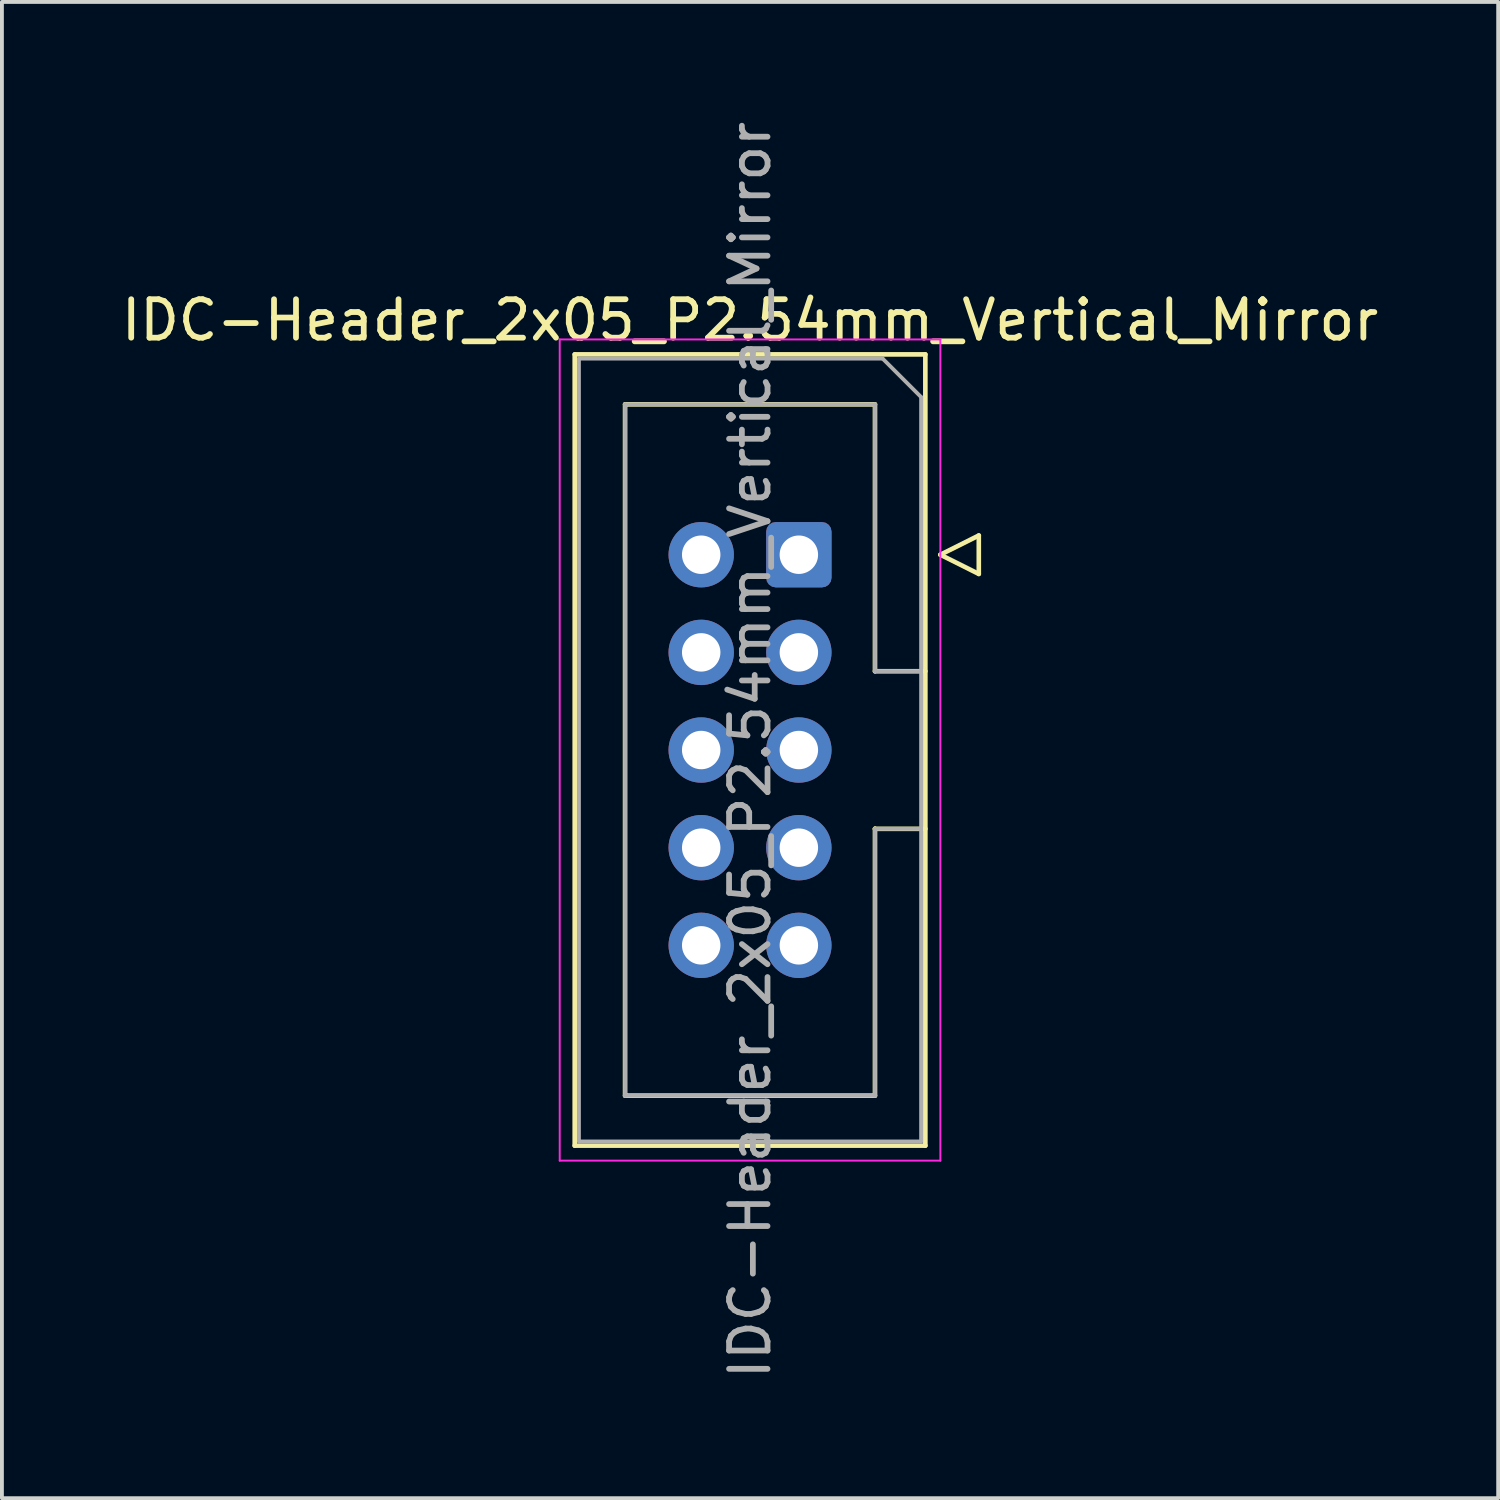
<source format=kicad_pcb>
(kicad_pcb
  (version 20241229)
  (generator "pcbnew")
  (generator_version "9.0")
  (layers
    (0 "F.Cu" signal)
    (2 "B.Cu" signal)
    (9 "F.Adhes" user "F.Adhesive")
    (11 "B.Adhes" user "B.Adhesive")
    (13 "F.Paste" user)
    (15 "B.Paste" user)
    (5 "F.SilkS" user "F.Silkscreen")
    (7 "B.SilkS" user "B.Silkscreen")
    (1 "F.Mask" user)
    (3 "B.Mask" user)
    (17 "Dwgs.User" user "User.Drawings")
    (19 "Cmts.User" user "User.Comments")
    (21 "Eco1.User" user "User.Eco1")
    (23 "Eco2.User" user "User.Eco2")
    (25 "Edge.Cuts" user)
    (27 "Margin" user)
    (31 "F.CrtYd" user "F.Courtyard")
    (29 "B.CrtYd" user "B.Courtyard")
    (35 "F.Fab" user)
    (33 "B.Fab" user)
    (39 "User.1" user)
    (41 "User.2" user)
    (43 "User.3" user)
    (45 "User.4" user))
  (footprint "IDC-Header_2x05_P2.54mm_Vertical_Mirror"
    (layer "F.Cu")
    (at 16.028 11.378)
    (property "Reference" "IDC-Header_2x05_P2.54mm_Vertical_Mirror" (at 0.43 -6.1 0) (layer "F.SilkS") (effects (font (size 1 1) (thickness 0.15))))
    (attr through_hole)
    (fp_line (start -4.13 -5.21) (end -4.13 15.37) (stroke (width 0.12) (type solid)) (layer "F.SilkS"))
    (fp_line (start -4.13 15.37) (end 4.99 15.37) (stroke (width 0.12) (type solid)) (layer "F.SilkS"))
    (fp_line (start -2.82 -3.91) (end -2.82 14.07) (stroke (width 0.12) (type solid)) (layer "F.SilkS"))
    (fp_line (start -2.82 14.07) (end 3.68 14.07) (stroke (width 0.12) (type solid)) (layer "F.SilkS"))
    (fp_line (start 3.68 -3.91) (end -2.82 -3.91) (stroke (width 0.12) (type solid)) (layer "F.SilkS"))
    (fp_line (start 3.68 3.03) (end 3.68 -3.91) (stroke (width 0.12) (type solid)) (layer "F.SilkS"))
    (fp_line (start 3.68 7.13) (end 3.68 7.13) (stroke (width 0.12) (type solid)) (layer "F.SilkS"))
    (fp_line (start 3.68 7.13) (end 4.99 7.13) (stroke (width 0.12) (type solid)) (layer "F.SilkS"))
    (fp_line (start 3.68 14.07) (end 3.68 7.13) (stroke (width 0.12) (type solid)) (layer "F.SilkS"))
    (fp_line (start 4.99 -5.21) (end -4.13 -5.21) (stroke (width 0.12) (type solid)) (layer "F.SilkS"))
    (fp_line (start 4.99 3.03) (end 3.68 3.03) (stroke (width 0.12) (type solid)) (layer "F.SilkS"))
    (fp_line (start 4.99 15.37) (end 4.99 -5.21) (stroke (width 0.12) (type solid)) (layer "F.SilkS"))
    (fp_line (start 5.38 0) (end 6.38 -0.5) (stroke (width 0.12) (type solid)) (layer "F.SilkS"))
    (fp_line (start 6.38 -0.5) (end 6.38 0.5) (stroke (width 0.12) (type solid)) (layer "F.SilkS"))
    (fp_line (start 6.38 0.5) (end 5.38 0) (stroke (width 0.12) (type solid)) (layer "F.SilkS"))
    (fp_line (start -4.52 -5.6) (end 5.38 -5.6) (stroke (width 0.05) (type solid)) (layer "F.CrtYd"))
    (fp_line (start -4.52 15.76) (end -4.52 -5.6) (stroke (width 0.05) (type solid)) (layer "F.CrtYd"))
    (fp_line (start 5.38 -5.6) (end 5.38 15.76) (stroke (width 0.05) (type solid)) (layer "F.CrtYd"))
    (fp_line (start 5.38 15.76) (end -4.52 15.76) (stroke (width 0.05) (type solid)) (layer "F.CrtYd"))
    (fp_line (start -4.02 -5.1) (end -4.02 15.26) (stroke (width 0.1) (type solid)) (layer "F.Fab"))
    (fp_line (start -4.02 15.26) (end 4.88 15.26) (stroke (width 0.1) (type solid)) (layer "F.Fab"))
    (fp_line (start -2.82 -3.91) (end -2.82 14.07) (stroke (width 0.1) (type solid)) (layer "F.Fab"))
    (fp_line (start -2.82 14.07) (end 3.68 14.07) (stroke (width 0.1) (type solid)) (layer "F.Fab"))
    (fp_line (start 3.68 -3.91) (end -2.82 -3.91) (stroke (width 0.1) (type solid)) (layer "F.Fab"))
    (fp_line (start 3.68 3.03) (end 3.68 -3.91) (stroke (width 0.1) (type solid)) (layer "F.Fab"))
    (fp_line (start 3.68 7.13) (end 3.68 7.13) (stroke (width 0.1) (type solid)) (layer "F.Fab"))
    (fp_line (start 3.68 7.13) (end 4.88 7.13) (stroke (width 0.1) (type solid)) (layer "F.Fab"))
    (fp_line (start 3.68 14.07) (end 3.68 7.13) (stroke (width 0.1) (type solid)) (layer "F.Fab"))
    (fp_line (start 3.88 -5.1) (end -4.02 -5.1) (stroke (width 0.1) (type solid)) (layer "F.Fab"))
    (fp_line (start 4.88 -4.1) (end 3.88 -5.1) (stroke (width 0.1) (type solid)) (layer "F.Fab"))
    (fp_line (start 4.88 3.03) (end 3.68 3.03) (stroke (width 0.1) (type solid)) (layer "F.Fab"))
    (fp_line (start 4.88 15.26) (end 4.88 -4.1) (stroke (width 0.1) (type solid)) (layer "F.Fab"))
    (fp_text user "${REFERENCE}" (at 0.43 5.08 90) (layer "F.Fab") (effects (font (size 1 1) (thickness 0.15))))
    (pad "1" thru_hole roundrect (at 1.7 0) (size 1.7 1.7) (drill 1) (layers "*.Cu" "*.Mask") (roundrect_rratio 0.147))
    (pad "2" thru_hole circle (at -0.84 0) (size 1.7 1.7) (drill 1) (layers "*.Cu" "*.Mask"))
    (pad "3" thru_hole circle (at 1.7 2.54) (size 1.7 1.7) (drill 1) (layers "*.Cu" "*.Mask"))
    (pad "4" thru_hole circle (at -0.84 2.54) (size 1.7 1.7) (drill 1) (layers "*.Cu" "*.Mask"))
    (pad "5" thru_hole circle (at 1.7 5.08) (size 1.7 1.7) (drill 1) (layers "*.Cu" "*.Mask"))
    (pad "6" thru_hole circle (at -0.84 5.08) (size 1.7 1.7) (drill 1) (layers "*.Cu" "*.Mask"))
    (pad "7" thru_hole circle (at 1.7 7.62) (size 1.7 1.7) (drill 1) (layers "*.Cu" "*.Mask"))
    (pad "8" thru_hole circle (at -0.84 7.62) (size 1.7 1.7) (drill 1) (layers "*.Cu" "*.Mask"))
    (pad "9" thru_hole circle (at 1.7 10.16) (size 1.7 1.7) (drill 1) (layers "*.Cu" "*.Mask"))
    (pad "10" thru_hole circle (at -0.84 10.16) (size 1.7 1.7) (drill 1) (layers "*.Cu" "*.Mask")))
  (gr_rect
    (start -3 -3)
    (end 35.917 35.917)
    (stroke (width 0.1) (type default))
    (fill no)
    (layer "Edge.Cuts")))
</source>
